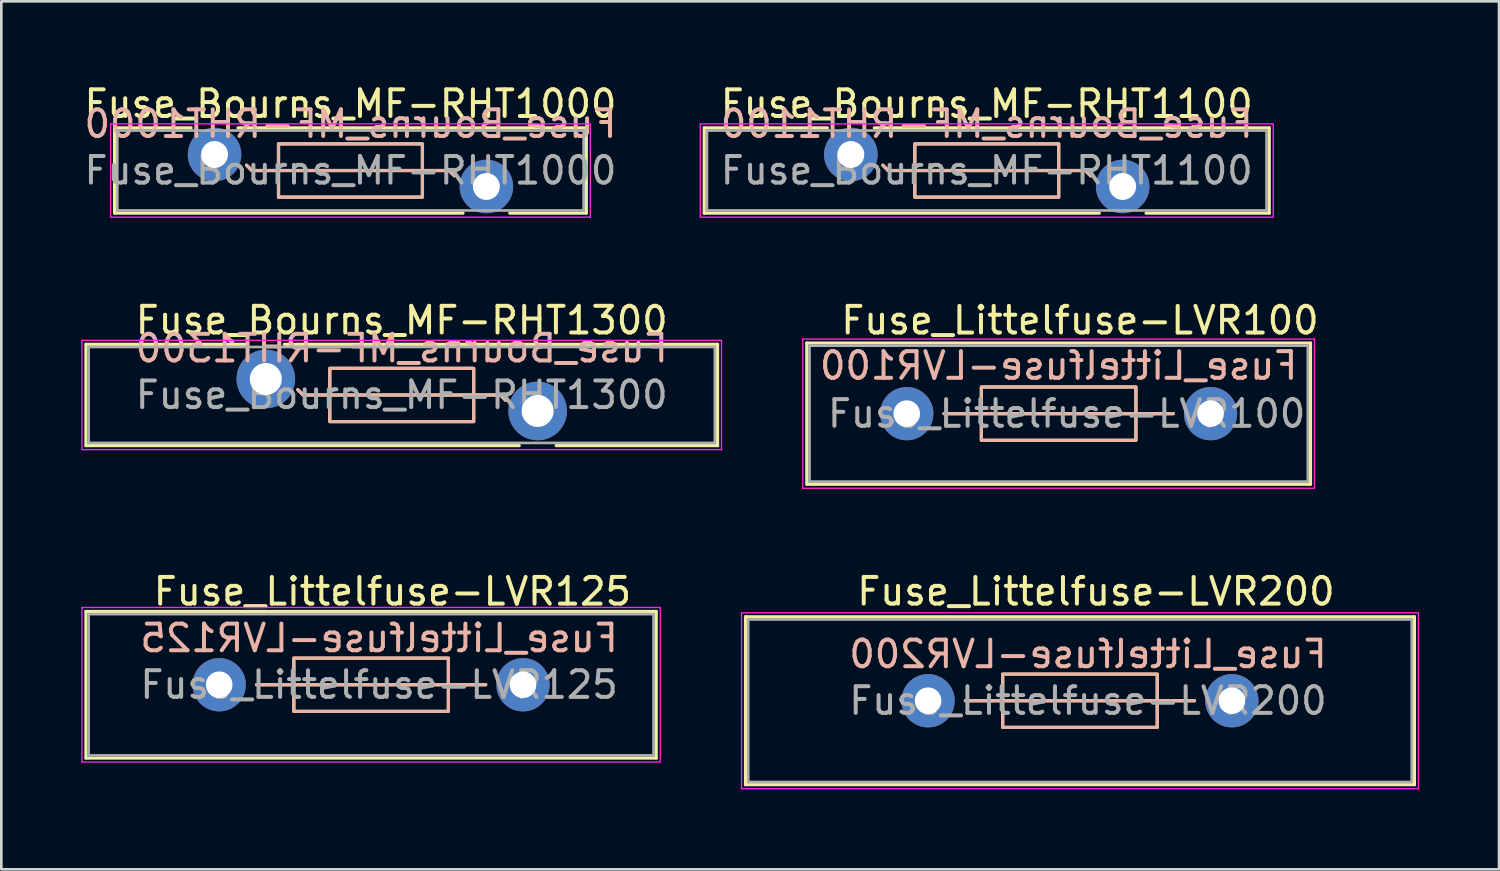
<source format=kicad_pcb>
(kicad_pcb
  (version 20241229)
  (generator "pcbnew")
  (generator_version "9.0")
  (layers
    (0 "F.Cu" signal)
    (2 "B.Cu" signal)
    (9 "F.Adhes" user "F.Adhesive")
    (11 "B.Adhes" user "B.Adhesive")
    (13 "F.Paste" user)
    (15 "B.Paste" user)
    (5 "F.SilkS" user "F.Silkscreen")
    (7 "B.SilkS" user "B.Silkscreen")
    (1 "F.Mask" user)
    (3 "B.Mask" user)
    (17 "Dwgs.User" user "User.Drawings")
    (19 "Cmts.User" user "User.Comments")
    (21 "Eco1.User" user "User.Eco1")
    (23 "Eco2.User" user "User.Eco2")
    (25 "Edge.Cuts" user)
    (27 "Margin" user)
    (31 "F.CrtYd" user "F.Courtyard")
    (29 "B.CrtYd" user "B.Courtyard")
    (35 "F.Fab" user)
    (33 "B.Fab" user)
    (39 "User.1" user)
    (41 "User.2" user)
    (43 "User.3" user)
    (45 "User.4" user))
  (footprint "Fuse_Bourns_MF-RHT1000"
    (layer "F.Cu")
    (at 5.001 2.748)
    (property "Reference" "Fuse_Bourns_MF-RHT1000" (at 5.1 -1.9 0) (layer "F.SilkS") (effects (font (size 1 1) (thickness 0.15))))
    (fp_line (start -3.751 -1) (end -3.751 2.2) (stroke (width 0.12) (type solid)) (layer "F.SilkS"))
    (fp_line (start -3.751 -1) (end -0.879 -1) (stroke (width 0.12) (type solid)) (layer "F.SilkS"))
    (fp_line (start -3.751 2.2) (end 9.322 2.2) (stroke (width 0.12) (type solid)) (layer "F.SilkS"))
    (fp_line (start 0.879 -1) (end 13.95 -1) (stroke (width 0.12) (type solid)) (layer "F.SilkS"))
    (fp_line (start 1.4 0.6) (end 1.2 0.4) (stroke (width 0.12) (type solid)) (layer "F.SilkS"))
    (fp_line (start 1.4 0.6) (end 8.8 0.6) (stroke (width 0.12) (type solid)) (layer "F.SilkS"))
    (fp_line (start 8.8 0.6) (end 9 0.8) (stroke (width 0.12) (type solid)) (layer "F.SilkS"))
    (fp_line (start 11.079 2.2) (end 13.95 2.2) (stroke (width 0.12) (type solid)) (layer "F.SilkS"))
    (fp_line (start 13.95 -1) (end 13.95 2.2) (stroke (width 0.12) (type solid)) (layer "F.SilkS"))
    (fp_rect (start 2.4 -0.4) (end 7.8 1.6) (stroke (width 0.12) (type solid)) (fill no) (layer "F.SilkS"))
    (fp_line (start 1.2 0.4) (end 1.4 0.6) (stroke (width 0.12) (type solid)) (layer "B.SilkS"))
    (fp_line (start 1.4 0.6) (end 8.8 0.6) (stroke (width 0.12) (type solid)) (layer "B.SilkS"))
    (fp_line (start 8.8 0.6) (end 9 0.8) (stroke (width 0.12) (type solid)) (layer "B.SilkS"))
    (fp_rect (start 2.4 -0.4) (end 7.8 1.6) (stroke (width 0.12) (type solid)) (fill no) (layer "B.SilkS"))
    (fp_line (start -3.9 -1.15) (end -3.9 2.35) (stroke (width 0.05) (type solid)) (layer "F.CrtYd"))
    (fp_line (start -3.9 2.35) (end 14.1 2.35) (stroke (width 0.05) (type solid)) (layer "F.CrtYd"))
    (fp_line (start 14.1 -1.15) (end -3.9 -1.15) (stroke (width 0.05) (type solid)) (layer "F.CrtYd"))
    (fp_line (start 14.1 2.35) (end 14.1 -1.15) (stroke (width 0.05) (type solid)) (layer "F.CrtYd"))
    (fp_line (start -3.65 -0.9) (end -3.65 2.1) (stroke (width 0.1) (type solid)) (layer "F.Fab"))
    (fp_line (start -3.65 2.1) (end 13.85 2.1) (stroke (width 0.1) (type solid)) (layer "F.Fab"))
    (fp_line (start 13.85 -0.9) (end -3.65 -0.9) (stroke (width 0.1) (type solid)) (layer "F.Fab"))
    (fp_line (start 13.85 2.1) (end 13.85 -0.9) (stroke (width 0.1) (type solid)) (layer "F.Fab"))
    (fp_text user "${REFERENCE}" (at 5.1 -1.15 0) (layer "B.SilkS") (effects (font (size 1 1) (thickness 0.15)) (justify mirror)))
    (fp_text user "${REFERENCE}" (at 5.1 0.6 0) (layer "F.Fab") (effects (font (size 1 1) (thickness 0.15))))
    (pad "1" thru_hole circle (at 0 0) (size 2.01 2.01) (drill 1.01) (layers "*.Cu" "*.Mask"))
    (pad "2" thru_hole circle (at 10.2 1.2) (size 2.01 2.01) (drill 1.01) (layers "*.Cu" "*.Mask")))
  (footprint "Fuse_Littelfuse-LVR200"
    (layer "F.Cu")
    (at 31.775 23.245)
    (property "Reference" "Fuse_Littelfuse-LVR200" (at 6.3 -4.1 0) (layer "F.SilkS") (effects (font (size 1 1) (thickness 0.15))))
    (fp_line (start -6.85 -3.15) (end -6.85 3.15) (stroke (width 0.12) (type solid)) (layer "F.SilkS"))
    (fp_line (start -6.85 -3.15) (end 18.25 -3.15) (stroke (width 0.12) (type solid)) (layer "F.SilkS"))
    (fp_line (start 1.4 0) (end 2.4 0) (stroke (width 0.12) (type solid)) (layer "F.SilkS"))
    (fp_line (start 2.4 0) (end 10 0) (stroke (width 0.12) (type solid)) (layer "F.SilkS"))
    (fp_line (start 18.25 3.15) (end -6.85 3.15) (stroke (width 0.12) (type solid)) (layer "F.SilkS"))
    (fp_line (start 18.25 3.15) (end 18.25 -3.15) (stroke (width 0.12) (type solid)) (layer "F.SilkS"))
    (fp_rect (start 2.8 -1) (end 8.6 1) (stroke (width 0.12) (type solid)) (fill no) (layer "F.SilkS"))
    (fp_line (start 1.4 0) (end 10 0) (stroke (width 0.12) (type solid)) (layer "B.SilkS"))
    (fp_rect (start 2.8 -1) (end 8.6 1) (stroke (width 0.12) (type solid)) (fill no) (layer "B.SilkS"))
    (fp_line (start -7 -3.3) (end -7 3.3) (stroke (width 0.05) (type solid)) (layer "F.CrtYd"))
    (fp_line (start -7 -3.3) (end 18.4 -3.3) (stroke (width 0.05) (type solid)) (layer "F.CrtYd"))
    (fp_line (start 18.4 3.3) (end -7 3.3) (stroke (width 0.05) (type solid)) (layer "F.CrtYd"))
    (fp_line (start 18.4 3.3) (end 18.4 -3.3) (stroke (width 0.05) (type solid)) (layer "F.CrtYd"))
    (fp_line (start -6.75 -3.05) (end -6.75 3.05) (stroke (width 0.1) (type solid)) (layer "F.Fab"))
    (fp_line (start -6.75 3.05) (end 18.15 3.05) (stroke (width 0.1) (type solid)) (layer "F.Fab"))
    (fp_line (start 18.15 -3.05) (end -6.75 -3.05) (stroke (width 0.1) (type solid)) (layer "F.Fab"))
    (fp_line (start 18.15 3.05) (end 18.15 -3.05) (stroke (width 0.1) (type solid)) (layer "F.Fab"))
    (fp_text user "${REFERENCE}" (at 6 -1.75 0) (layer "B.SilkS") (effects (font (size 1 1) (thickness 0.15)) (justify mirror)))
    (fp_text user "${REFERENCE}" (at 6 0 0) (layer "F.Fab") (effects (font (size 1 1) (thickness 0.15))))
    (pad "1" thru_hole circle (at 0 0) (size 2 2) (drill 1) (layers "*.Cu" "*.Mask"))
    (pad "2" thru_hole circle (at 11.4 0) (size 2 2) (drill 1) (layers "*.Cu" "*.Mask")))
  (footprint "Fuse_Bourns_MF-RHT1300"
    (layer "F.Cu")
    (at 6.925 11.171)
    (property "Reference" "Fuse_Bourns_MF-RHT1300" (at 5.1 -2.2 0) (layer "F.SilkS") (effects (font (size 1 1) (thickness 0.15))))
    (fp_line (start -6.75 -1.301) (end -6.75 2.5) (stroke (width 0.12) (type solid)) (layer "F.SilkS"))
    (fp_line (start -6.75 -1.301) (end -0.693 -1.301) (stroke (width 0.12) (type solid)) (layer "F.SilkS"))
    (fp_line (start -6.75 2.5) (end 9.508 2.5) (stroke (width 0.12) (type solid)) (layer "F.SilkS"))
    (fp_line (start 0.693 -1.301) (end 16.951 -1.301) (stroke (width 0.12) (type solid)) (layer "F.SilkS"))
    (fp_line (start 1.4 0.6) (end 1.2 0.4) (stroke (width 0.12) (type solid)) (layer "F.SilkS"))
    (fp_line (start 1.4 0.6) (end 8.8 0.6) (stroke (width 0.12) (type solid)) (layer "F.SilkS"))
    (fp_line (start 8.8 0.6) (end 9 0.8) (stroke (width 0.12) (type solid)) (layer "F.SilkS"))
    (fp_line (start 10.893 2.5) (end 16.951 2.5) (stroke (width 0.12) (type solid)) (layer "F.SilkS"))
    (fp_line (start 16.951 -1.301) (end 16.951 2.5) (stroke (width 0.12) (type solid)) (layer "F.SilkS"))
    (fp_rect (start 2.4 -0.4) (end 7.8 1.6) (stroke (width 0.12) (type solid)) (fill no) (layer "F.SilkS"))
    (fp_line (start 1.2 0.4) (end 1.4 0.6) (stroke (width 0.12) (type solid)) (layer "B.SilkS"))
    (fp_line (start 1.4 0.6) (end 8.8 0.6) (stroke (width 0.12) (type solid)) (layer "B.SilkS"))
    (fp_line (start 8.8 0.6) (end 9 0.8) (stroke (width 0.12) (type solid)) (layer "B.SilkS"))
    (fp_rect (start 2.4 -0.4) (end 7.8 1.6) (stroke (width 0.12) (type solid)) (fill no) (layer "B.SilkS"))
    (fp_line (start -6.9 -1.45) (end -6.9 2.65) (stroke (width 0.05) (type solid)) (layer "F.CrtYd"))
    (fp_line (start -6.9 2.65) (end 17.1 2.65) (stroke (width 0.05) (type solid)) (layer "F.CrtYd"))
    (fp_line (start 17.1 -1.45) (end -6.9 -1.45) (stroke (width 0.05) (type solid)) (layer "F.CrtYd"))
    (fp_line (start 17.1 2.65) (end 17.1 -1.45) (stroke (width 0.05) (type solid)) (layer "F.CrtYd"))
    (fp_line (start -6.65 -1.2) (end -6.65 2.4) (stroke (width 0.1) (type solid)) (layer "F.Fab"))
    (fp_line (start -6.65 2.4) (end 16.85 2.4) (stroke (width 0.1) (type solid)) (layer "F.Fab"))
    (fp_line (start 16.85 -1.2) (end -6.65 -1.2) (stroke (width 0.1) (type solid)) (layer "F.Fab"))
    (fp_line (start 16.85 2.4) (end 16.85 -1.2) (stroke (width 0.1) (type solid)) (layer "F.Fab"))
    (fp_text user "${REFERENCE}" (at 5.1 -1.15 0) (layer "B.SilkS") (effects (font (size 1 1) (thickness 0.15)) (justify mirror)))
    (fp_text user "${REFERENCE}" (at 5.1 0.6 0) (layer "F.Fab") (effects (font (size 1 1) (thickness 0.15))))
    (pad "1" thru_hole circle (at 0 0) (size 2.2 2.2) (drill 1.2) (layers "*.Cu" "*.Mask"))
    (pad "2" thru_hole circle (at 10.2 1.2) (size 2.2 2.2) (drill 1.2) (layers "*.Cu" "*.Mask")))
  (footprint "Fuse_Littelfuse-LVR100"
    (layer "F.Cu")
    (at 30.975 12.472)
    (property "Reference" "Fuse_Littelfuse-LVR100" (at 6.5 -3.5 0) (layer "F.SilkS") (effects (font (size 1 1) (thickness 0.15))))
    (fp_line (start -3.75 -2.65) (end -3.75 2.65) (stroke (width 0.12) (type solid)) (layer "F.SilkS"))
    (fp_line (start -3.75 -2.65) (end 15.15 -2.65) (stroke (width 0.12) (type solid)) (layer "F.SilkS"))
    (fp_line (start 1.4 0) (end 2.4 0) (stroke (width 0.12) (type solid)) (layer "F.SilkS"))
    (fp_line (start 2.4 0) (end 10 0) (stroke (width 0.12) (type solid)) (layer "F.SilkS"))
    (fp_line (start 15.15 2.65) (end -3.75 2.65) (stroke (width 0.12) (type solid)) (layer "F.SilkS"))
    (fp_line (start 15.15 2.65) (end 15.15 -2.65) (stroke (width 0.12) (type solid)) (layer "F.SilkS"))
    (fp_rect (start 2.8 -1) (end 8.6 1) (stroke (width 0.12) (type solid)) (fill no) (layer "F.SilkS"))
    (fp_line (start 1.4 0) (end 10 0) (stroke (width 0.12) (type solid)) (layer "B.SilkS"))
    (fp_rect (start 2.8 -1) (end 8.6 1) (stroke (width 0.12) (type solid)) (fill no) (layer "B.SilkS"))
    (fp_line (start -3.9 -2.8) (end -3.9 2.8) (stroke (width 0.05) (type solid)) (layer "F.CrtYd"))
    (fp_line (start -3.9 -2.8) (end 15.3 -2.8) (stroke (width 0.05) (type solid)) (layer "F.CrtYd"))
    (fp_line (start 15.3 2.8) (end -3.9 2.8) (stroke (width 0.05) (type solid)) (layer "F.CrtYd"))
    (fp_line (start 15.3 2.8) (end 15.3 -2.8) (stroke (width 0.05) (type solid)) (layer "F.CrtYd"))
    (fp_line (start -3.65 -2.55) (end -3.65 2.55) (stroke (width 0.1) (type solid)) (layer "F.Fab"))
    (fp_line (start -3.65 2.55) (end 15.05 2.55) (stroke (width 0.1) (type solid)) (layer "F.Fab"))
    (fp_line (start 15.05 -2.55) (end -3.65 -2.55) (stroke (width 0.1) (type solid)) (layer "F.Fab"))
    (fp_line (start 15.05 2.55) (end 15.05 -2.55) (stroke (width 0.1) (type solid)) (layer "F.Fab"))
    (fp_text user "${REFERENCE}" (at 5.7 -1.8 0) (layer "B.SilkS") (effects (font (size 1 1) (thickness 0.15)) (justify mirror)))
    (fp_text user "${REFERENCE}" (at 6 0 0) (layer "F.Fab") (effects (font (size 1 1) (thickness 0.15))))
    (pad "1" thru_hole circle (at 0 0) (size 2 2) (drill 1) (layers "*.Cu" "*.Mask"))
    (pad "2" thru_hole circle (at 11.4 0) (size 2 2) (drill 1) (layers "*.Cu" "*.Mask")))
  (footprint "Fuse_Littelfuse-LVR125"
    (layer "F.Cu")
    (at 5.175 22.645)
    (property "Reference" "Fuse_Littelfuse-LVR125" (at 6.5 -3.5 0) (layer "F.SilkS") (effects (font (size 1 1) (thickness 0.15))))
    (fp_line (start -5 -2.75) (end -5 2.75) (stroke (width 0.12) (type solid)) (layer "F.SilkS"))
    (fp_line (start -5 -2.75) (end 16.4 -2.75) (stroke (width 0.12) (type solid)) (layer "F.SilkS"))
    (fp_line (start 1.4 0) (end 2.4 0) (stroke (width 0.12) (type solid)) (layer "F.SilkS"))
    (fp_line (start 2.4 0) (end 10 0) (stroke (width 0.12) (type solid)) (layer "F.SilkS"))
    (fp_line (start 16.4 2.75) (end -5 2.75) (stroke (width 0.12) (type solid)) (layer "F.SilkS"))
    (fp_line (start 16.4 2.75) (end 16.4 -2.75) (stroke (width 0.12) (type solid)) (layer "F.SilkS"))
    (fp_rect (start 2.8 -1) (end 8.6 1) (stroke (width 0.12) (type solid)) (fill no) (layer "F.SilkS"))
    (fp_line (start 1.4 0) (end 10 0) (stroke (width 0.12) (type solid)) (layer "B.SilkS"))
    (fp_rect (start 2.8 -1) (end 8.6 1) (stroke (width 0.12) (type solid)) (fill no) (layer "B.SilkS"))
    (fp_line (start -5.15 -2.9) (end -5.15 2.9) (stroke (width 0.05) (type solid)) (layer "F.CrtYd"))
    (fp_line (start -5.15 -2.9) (end 16.55 -2.9) (stroke (width 0.05) (type solid)) (layer "F.CrtYd"))
    (fp_line (start 16.55 2.9) (end -5.15 2.9) (stroke (width 0.05) (type solid)) (layer "F.CrtYd"))
    (fp_line (start 16.55 2.9) (end 16.55 -2.9) (stroke (width 0.05) (type solid)) (layer "F.CrtYd"))
    (fp_line (start -4.9 -2.65) (end -4.9 2.65) (stroke (width 0.1) (type solid)) (layer "F.Fab"))
    (fp_line (start -4.9 2.65) (end 16.3 2.65) (stroke (width 0.1) (type solid)) (layer "F.Fab"))
    (fp_line (start 16.3 -2.65) (end -4.9 -2.65) (stroke (width 0.1) (type solid)) (layer "F.Fab"))
    (fp_line (start 16.3 2.65) (end 16.3 -2.65) (stroke (width 0.1) (type solid)) (layer "F.Fab"))
    (fp_text user "${REFERENCE}" (at 6 -1.75 0) (layer "B.SilkS") (effects (font (size 1 1) (thickness 0.15)) (justify mirror)))
    (fp_text user "${REFERENCE}" (at 6 0 0) (layer "F.Fab") (effects (font (size 1 1) (thickness 0.15))))
    (pad "1" thru_hole circle (at 0 0) (size 2 2) (drill 1) (layers "*.Cu" "*.Mask"))
    (pad "2" thru_hole circle (at 11.4 0) (size 2 2) (drill 1) (layers "*.Cu" "*.Mask")))
  (footprint "Fuse_Bourns_MF-RHT1100"
    (layer "F.Cu")
    (at 28.877 2.748)
    (property "Reference" "Fuse_Bourns_MF-RHT1100" (at 5.1 -1.9 0) (layer "F.SilkS") (effects (font (size 1 1) (thickness 0.15))))
    (fp_line (start -5.5 -1) (end -5.5 2.2) (stroke (width 0.12) (type solid)) (layer "F.SilkS"))
    (fp_line (start -5.5 -1) (end -0.879 -1) (stroke (width 0.12) (type solid)) (layer "F.SilkS"))
    (fp_line (start -5.5 2.2) (end 9.322 2.2) (stroke (width 0.12) (type solid)) (layer "F.SilkS"))
    (fp_line (start 0.879 -1) (end 15.7 -1) (stroke (width 0.12) (type solid)) (layer "F.SilkS"))
    (fp_line (start 1.4 0.6) (end 1.2 0.4) (stroke (width 0.12) (type solid)) (layer "F.SilkS"))
    (fp_line (start 1.4 0.6) (end 8.8 0.6) (stroke (width 0.12) (type solid)) (layer "F.SilkS"))
    (fp_line (start 8.8 0.6) (end 9 0.8) (stroke (width 0.12) (type solid)) (layer "F.SilkS"))
    (fp_line (start 11.079 2.2) (end 15.7 2.2) (stroke (width 0.12) (type solid)) (layer "F.SilkS"))
    (fp_line (start 15.7 -1) (end 15.7 2.2) (stroke (width 0.12) (type solid)) (layer "F.SilkS"))
    (fp_rect (start 2.4 -0.4) (end 7.8 1.6) (stroke (width 0.12) (type solid)) (fill no) (layer "F.SilkS"))
    (fp_line (start 1.2 0.4) (end 1.4 0.6) (stroke (width 0.12) (type solid)) (layer "B.SilkS"))
    (fp_line (start 1.4 0.6) (end 8.8 0.6) (stroke (width 0.12) (type solid)) (layer "B.SilkS"))
    (fp_line (start 8.8 0.6) (end 9 0.8) (stroke (width 0.12) (type solid)) (layer "B.SilkS"))
    (fp_rect (start 2.4 -0.4) (end 7.8 1.6) (stroke (width 0.12) (type solid)) (fill no) (layer "B.SilkS"))
    (fp_line (start -5.65 -1.15) (end -5.65 2.35) (stroke (width 0.05) (type solid)) (layer "F.CrtYd"))
    (fp_line (start -5.65 2.35) (end 15.85 2.35) (stroke (width 0.05) (type solid)) (layer "F.CrtYd"))
    (fp_line (start 15.85 -1.15) (end -5.65 -1.15) (stroke (width 0.05) (type solid)) (layer "F.CrtYd"))
    (fp_line (start 15.85 2.35) (end 15.85 -1.15) (stroke (width 0.05) (type solid)) (layer "F.CrtYd"))
    (fp_line (start -5.4 -0.9) (end -5.4 2.1) (stroke (width 0.1) (type solid)) (layer "F.Fab"))
    (fp_line (start -5.4 2.1) (end 15.6 2.1) (stroke (width 0.1) (type solid)) (layer "F.Fab"))
    (fp_line (start 15.6 -0.9) (end -5.4 -0.9) (stroke (width 0.1) (type solid)) (layer "F.Fab"))
    (fp_line (start 15.6 2.1) (end 15.6 -0.9) (stroke (width 0.1) (type solid)) (layer "F.Fab"))
    (fp_text user "${REFERENCE}" (at 5.1 -1.15 0) (layer "B.SilkS") (effects (font (size 1 1) (thickness 0.15)) (justify mirror)))
    (fp_text user "${REFERENCE}" (at 5.1 0.6 0) (layer "F.Fab") (effects (font (size 1 1) (thickness 0.15))))
    (pad "1" thru_hole circle (at 0 0) (size 2.01 2.01) (drill 1.01) (layers "*.Cu" "*.Mask"))
    (pad "2" thru_hole circle (at 10.2 1.2) (size 2.01 2.01) (drill 1.01) (layers "*.Cu" "*.Mask")))
  (gr_rect
    (start -3 -3)
    (end 53.2 29.57)
    (stroke (width 0.1) (type default))
    (fill no)
    (layer "Edge.Cuts")))
</source>
